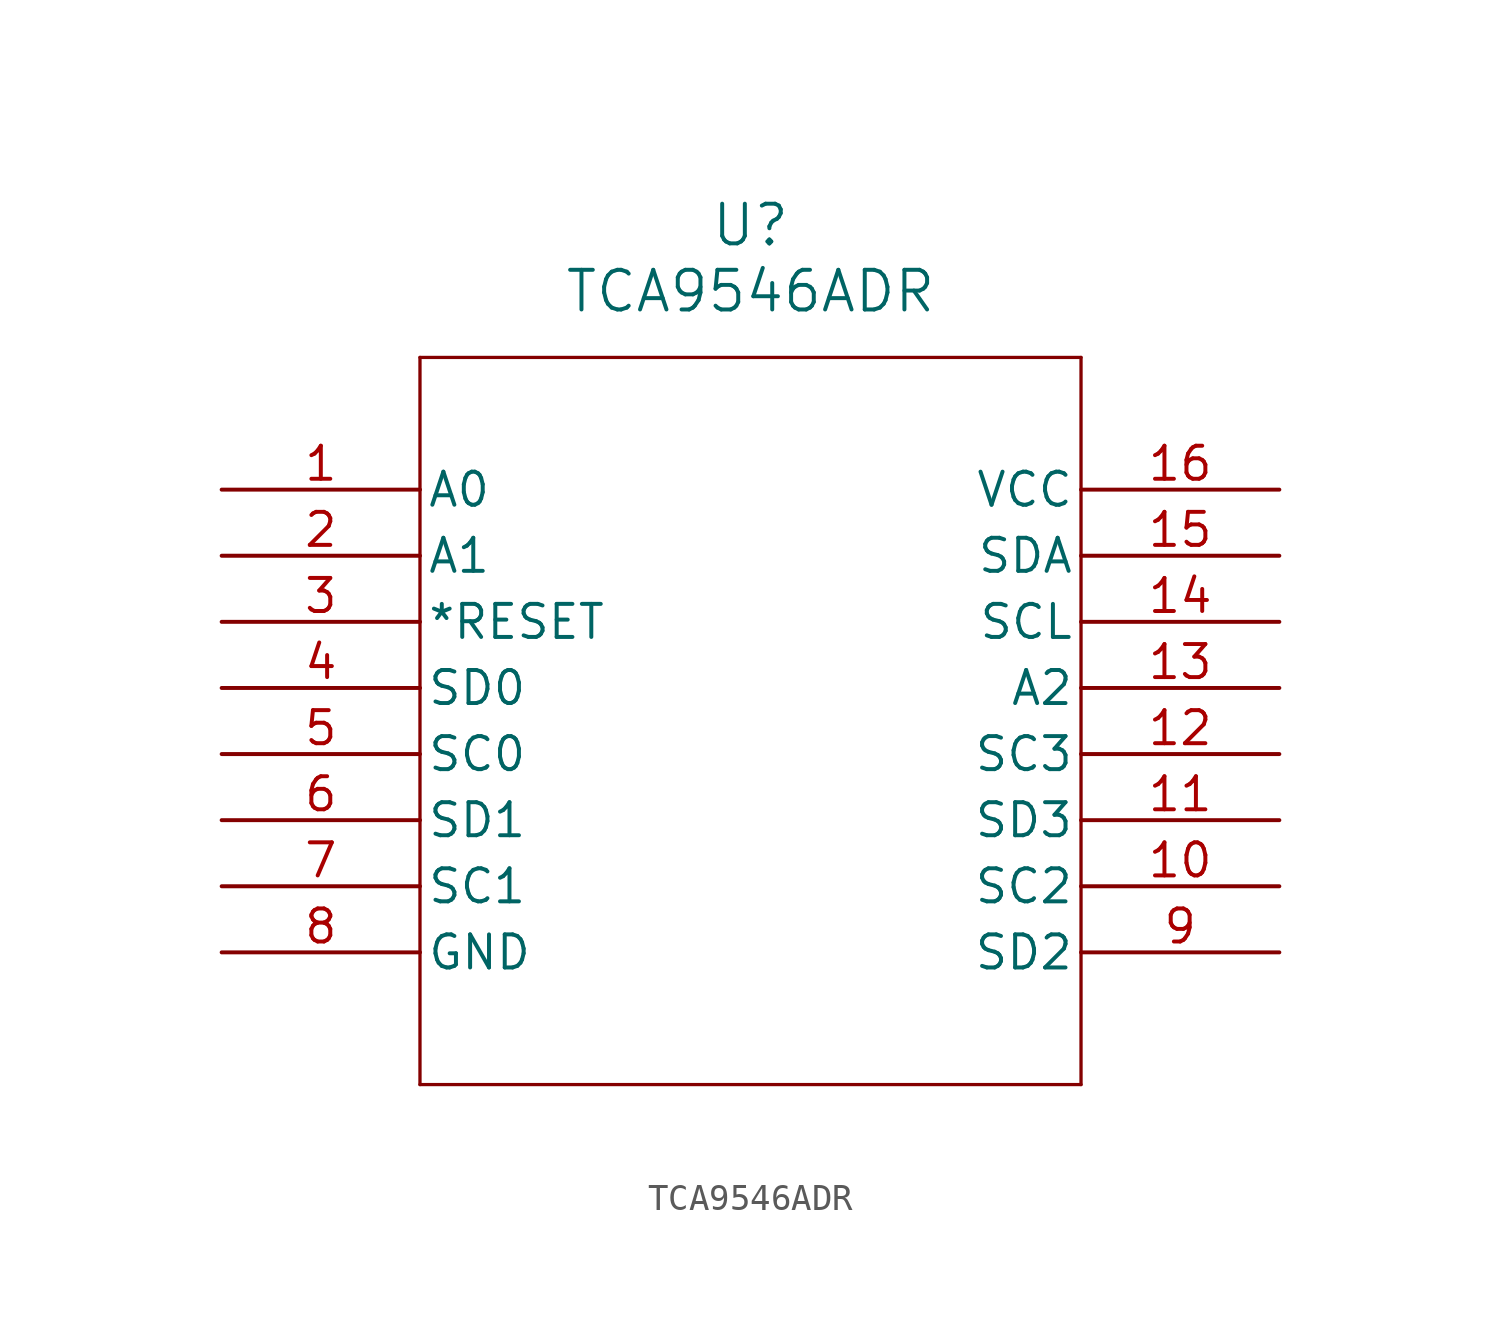
<source format=kicad_sym>
(kicad_symbol_lib
  (version 20211014)
  (generator kicad_symbol_editor)
  (symbol "TCA9546ADR"
    (pin_names
      (offset 0.254))
    (property "Reference" "U"
      (at 20.32 10.16 0)
      (effects (font (size 1.524 1.524))))
    (property "Value" "TCA9546ADR"
      (at 20.32 7.62 0)
      (effects (font (size 1.524 1.524))))
    (symbol "TCA9546ADR_0_1"
      (polyline (pts (xy 7.62 5.08) (xy 7.62 -22.86)) (stroke (width 0.127) (type default) (color 0 0 0 0)) (fill (type none)))
      (polyline (pts (xy 7.62 -22.86) (xy 33.02 -22.86)) (stroke (width 0.127) (type default) (color 0 0 0 0)) (fill (type none)))
      (polyline (pts (xy 33.02 -22.86) (xy 33.02 5.08)) (stroke (width 0.127) (type default) (color 0 0 0 0)) (fill (type none)))
      (polyline (pts (xy 33.02 5.08) (xy 7.62 5.08)) (stroke (width 0.127) (type default) (color 0 0 0 0)) (fill (type none)))
      (pin input line (at 0 0 0) (length 7.62) (name "A0" (effects (font (size 1.27 1.27)))) (number "1" (effects (font (size 1.27 1.27)))))
      (pin input line (at 0 -2.54 0) (length 7.62) (name "A1" (effects (font (size 1.27 1.27)))) (number "2" (effects (font (size 1.27 1.27)))))
      (pin input line (at 0 -5.08 0) (length 7.62) (name "*RESET" (effects (font (size 1.27 1.27)))) (number "3" (effects (font (size 1.27 1.27)))))
      (pin unspecified line (at 0 -7.62 0) (length 7.62) (name "SD0" (effects (font (size 1.27 1.27)))) (number "4" (effects (font (size 1.27 1.27)))))
      (pin unspecified line (at 0 -10.16 0) (length 7.62) (name "SC0" (effects (font (size 1.27 1.27)))) (number "5" (effects (font (size 1.27 1.27)))))
      (pin unspecified line (at 0 -12.7 0) (length 7.62) (name "SD1" (effects (font (size 1.27 1.27)))) (number "6" (effects (font (size 1.27 1.27)))))
      (pin unspecified line (at 0 -15.24 0) (length 7.62) (name "SC1" (effects (font (size 1.27 1.27)))) (number "7" (effects (font (size 1.27 1.27)))))
      (pin power_in line (at 0 -17.78 0) (length 7.62) (name "GND" (effects (font (size 1.27 1.27)))) (number "8" (effects (font (size 1.27 1.27)))))
      (pin unspecified line (at 40.64 -17.78 180) (length 7.62) (name "SD2" (effects (font (size 1.27 1.27)))) (number "9" (effects (font (size 1.27 1.27)))))
      (pin unspecified line (at 40.64 -15.24 180) (length 7.62) (name "SC2" (effects (font (size 1.27 1.27)))) (number "10" (effects (font (size 1.27 1.27)))))
      (pin unspecified line (at 40.64 -12.7 180) (length 7.62) (name "SD3" (effects (font (size 1.27 1.27)))) (number "11" (effects (font (size 1.27 1.27)))))
      (pin unspecified line (at 40.64 -10.16 180) (length 7.62) (name "SC3" (effects (font (size 1.27 1.27)))) (number "12" (effects (font (size 1.27 1.27)))))
      (pin input line (at 40.64 -7.62 180) (length 7.62) (name "A2" (effects (font (size 1.27 1.27)))) (number "13" (effects (font (size 1.27 1.27)))))
      (pin unspecified line (at 40.64 -5.08 180) (length 7.62) (name "SCL" (effects (font (size 1.27 1.27)))) (number "14" (effects (font (size 1.27 1.27)))))
      (pin unspecified line (at 40.64 -2.54 180) (length 7.62) (name "SDA" (effects (font (size 1.27 1.27)))) (number "15" (effects (font (size 1.27 1.27)))))
      (pin power_in line (at 40.64 0 180) (length 7.62) (name "VCC" (effects (font (size 1.27 1.27)))) (number "16" (effects (font (size 1.27 1.27))))))))
</source>
